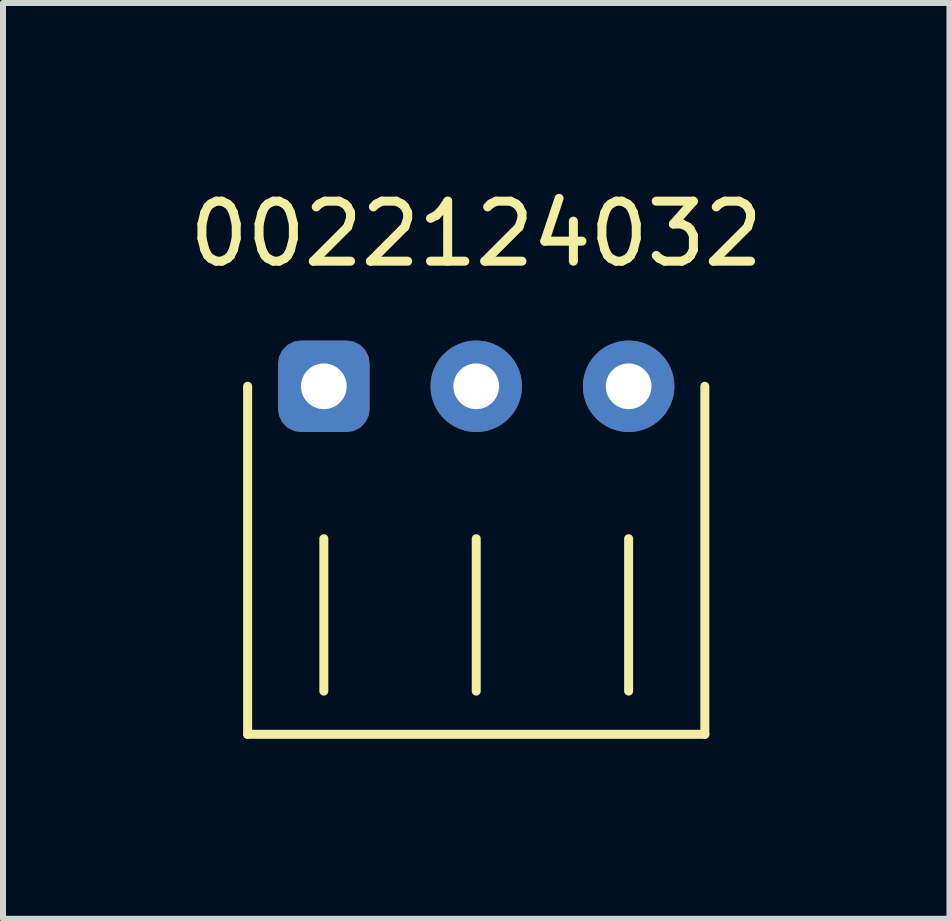
<source format=kicad_pcb>
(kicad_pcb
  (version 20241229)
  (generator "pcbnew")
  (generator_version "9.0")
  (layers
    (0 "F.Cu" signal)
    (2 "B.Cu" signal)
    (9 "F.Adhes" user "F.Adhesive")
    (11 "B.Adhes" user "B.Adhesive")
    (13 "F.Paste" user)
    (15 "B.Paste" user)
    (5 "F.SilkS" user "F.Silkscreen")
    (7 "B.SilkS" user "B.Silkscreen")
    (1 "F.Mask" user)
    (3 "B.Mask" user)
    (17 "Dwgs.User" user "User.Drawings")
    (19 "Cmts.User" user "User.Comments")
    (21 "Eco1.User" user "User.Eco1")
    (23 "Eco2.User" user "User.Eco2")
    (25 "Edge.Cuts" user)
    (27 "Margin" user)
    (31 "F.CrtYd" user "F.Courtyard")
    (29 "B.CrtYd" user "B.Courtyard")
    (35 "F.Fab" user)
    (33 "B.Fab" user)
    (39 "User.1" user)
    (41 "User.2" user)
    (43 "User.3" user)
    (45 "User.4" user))
  (footprint "0022124032"
    (layer "F.Cu")
    (at 4.887 3.388)
    (property "Reference" "0022124032" (at 0 -2.54 0) (layer "F.SilkS") (effects (font (size 1 1) (thickness 0.15))))
    (attr through_hole)
    (fp_line (start -3.81 0) (end -3.81 5.8) (stroke (width 0.15) (type solid)) (layer "F.SilkS"))
    (fp_line (start -3.81 5.8) (end 3.81 5.8) (stroke (width 0.15) (type solid)) (layer "F.SilkS"))
    (fp_line (start -2.54 2.54) (end -2.54 5.08) (stroke (width 0.15) (type solid)) (layer "F.SilkS"))
    (fp_line (start 0 2.54) (end 0 5.08) (stroke (width 0.15) (type solid)) (layer "F.SilkS"))
    (fp_line (start 2.54 2.54) (end 2.54 5.08) (stroke (width 0.15) (type solid)) (layer "F.SilkS"))
    (fp_line (start 3.81 0) (end 3.81 5.8) (stroke (width 0.15) (type solid)) (layer "F.SilkS"))
    (pad "1" thru_hole roundrect (at -2.54 0) (size 1.524 1.524) (drill 0.762) (layers "*.Cu" "*.Mask") (roundrect_rratio 0.25))
    (pad "2" thru_hole circle (at 0 0) (size 1.524 1.524) (drill 0.762) (layers "*.Cu" "*.Mask"))
    (pad "3" thru_hole circle (at 2.54 0) (size 1.524 1.524) (drill 0.762) (layers "*.Cu" "*.Mask")))
  (gr_rect
    (start -3 -3)
    (end 12.774 12.263)
    (stroke (width 0.1) (type default))
    (fill no)
    (layer "Edge.Cuts")))
</source>
